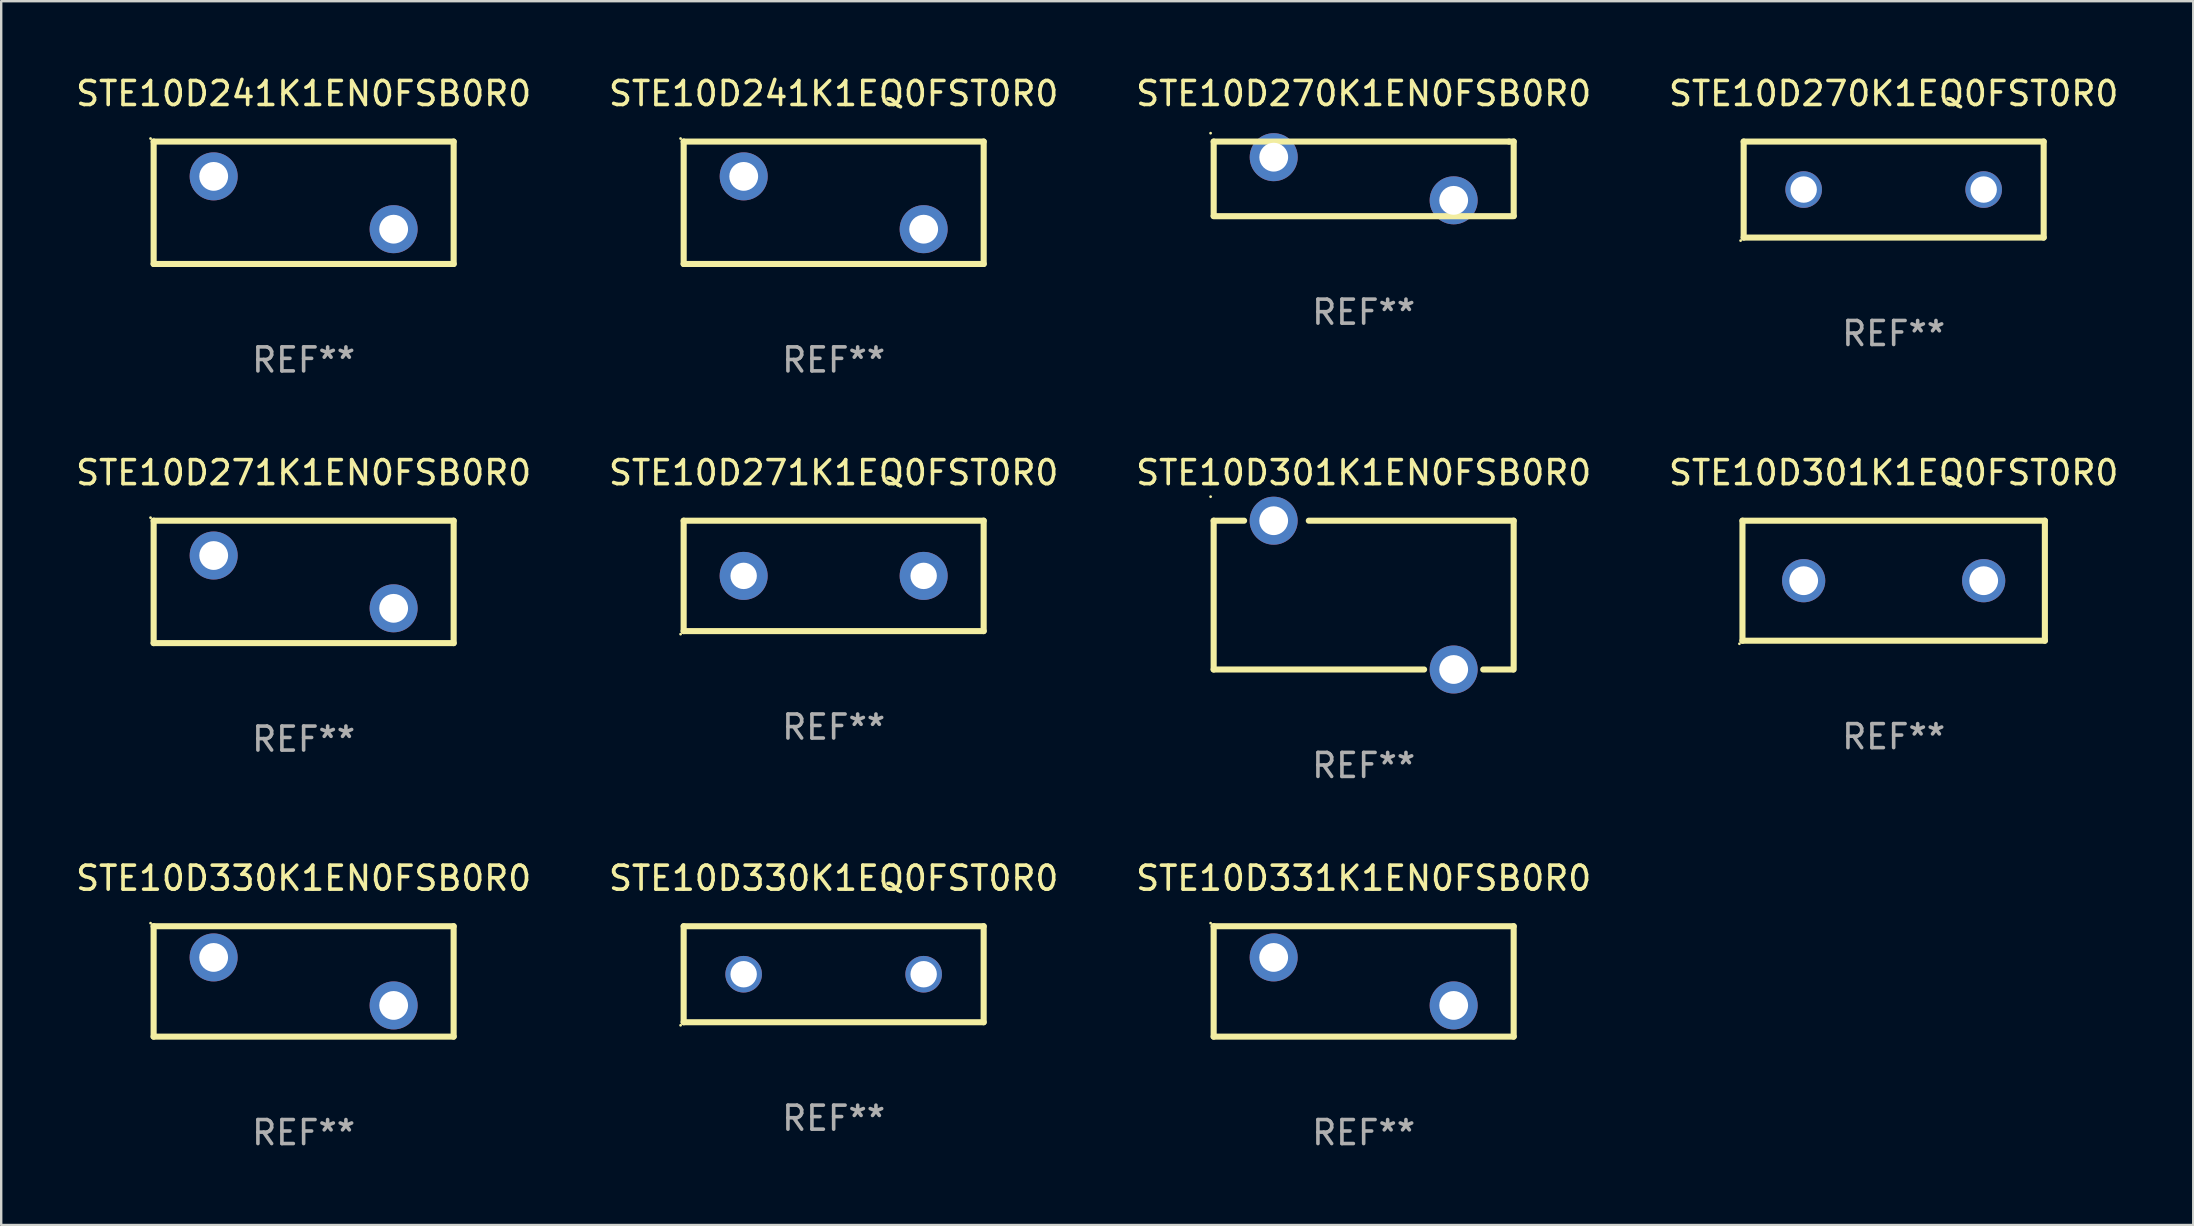
<source format=kicad_pcb>
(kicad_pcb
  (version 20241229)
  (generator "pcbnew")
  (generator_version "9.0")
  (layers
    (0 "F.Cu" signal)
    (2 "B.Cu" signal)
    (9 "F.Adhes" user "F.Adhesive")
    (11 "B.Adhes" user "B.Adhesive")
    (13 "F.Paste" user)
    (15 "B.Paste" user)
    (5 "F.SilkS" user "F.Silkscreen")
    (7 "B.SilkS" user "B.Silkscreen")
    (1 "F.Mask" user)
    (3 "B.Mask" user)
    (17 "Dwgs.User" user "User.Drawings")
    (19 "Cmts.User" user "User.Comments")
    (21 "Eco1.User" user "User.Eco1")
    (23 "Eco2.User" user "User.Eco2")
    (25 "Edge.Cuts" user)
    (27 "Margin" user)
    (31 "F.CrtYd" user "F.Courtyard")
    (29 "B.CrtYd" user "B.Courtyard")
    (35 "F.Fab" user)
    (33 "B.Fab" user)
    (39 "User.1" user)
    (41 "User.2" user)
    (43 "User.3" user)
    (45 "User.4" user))
  (footprint "STE10D331K1EN0FSB0R0"
    (layer "F.Cu")
    (at 53.768 37.842)
    (property "Reference" "STE10D331K1EN0FSB0R0" (at 0 -4.3 0) (layer "F.SilkS") (effects (font (size 1 1) (thickness 0.15))))
    (attr through_hole)
    (fp_line (start -6.25 -2.3) (end -6.25 2.3) (stroke (width 0.254) (type solid)) (layer "F.SilkS"))
    (fp_line (start -6.25 -2.3) (end 6.25 -2.3) (stroke (width 0.254) (type solid)) (layer "F.SilkS"))
    (fp_line (start -6.25 2.3) (end 6.25 2.3) (stroke (width 0.254) (type solid)) (layer "F.SilkS"))
    (fp_line (start 6.25 -2.3) (end 6.25 2.3) (stroke (width 0.254) (type solid)) (layer "F.SilkS"))
    (fp_circle (center -6.377 -2.427) (end -6.347 -2.427) (stroke (width 0.06) (type solid)) (fill no) (layer "F.SilkS"))
    (fp_text user "REF**" (at 0 6.3 0) (layer "F.Fab") (effects (font (size 1 1) (thickness 0.15))))
    (pad "1" thru_hole circle (at -3.75 -1) (size 2 2) (drill 1.2) (layers "*.Cu" "*.Mask"))
    (pad "2" thru_hole circle (at 3.75 1) (size 2 2) (drill 1.2) (layers "*.Cu" "*.Mask")))
  (footprint "STE10D241K1EQ0FST0R0"
    (layer "F.Cu")
    (at 31.685 5.399)
    (property "Reference" "STE10D241K1EQ0FST0R0" (at 0 -4.55 0) (layer "F.SilkS") (effects (font (size 1 1) (thickness 0.15))))
    (attr through_hole)
    (fp_line (start -6.249 -2.55) (end 6.251 -2.55) (stroke (width 0.254) (type solid)) (layer "F.SilkS"))
    (fp_line (start -6.249 2.55) (end -6.249 -2.55) (stroke (width 0.254) (type solid)) (layer "F.SilkS"))
    (fp_line (start 6.251 -2.55) (end 6.251 2.55) (stroke (width 0.254) (type solid)) (layer "F.SilkS"))
    (fp_line (start 6.251 2.55) (end -6.251 2.55) (stroke (width 0.254) (type solid)) (layer "F.SilkS"))
    (fp_circle (center -6.378 -2.677) (end -6.348 -2.677) (stroke (width 0.06) (type solid)) (fill no) (layer "F.SilkS"))
    (fp_text user "REF**" (at 0 6.55 0) (layer "F.Fab") (effects (font (size 1 1) (thickness 0.15))))
    (pad "1" thru_hole circle (at -3.748 -1.1) (size 2 2) (drill 1.2) (layers "*.Cu" "*.Mask"))
    (pad "2" thru_hole circle (at 3.75 1.1) (size 2 2) (drill 1.2) (layers "*.Cu" "*.Mask")))
  (footprint "STE10D330K1EQ0FST0R0"
    (layer "F.Cu")
    (at 31.685 37.542)
    (property "Reference" "STE10D330K1EQ0FST0R0" (at 0 -4 0) (layer "F.SilkS") (effects (font (size 1 1) (thickness 0.15))))
    (attr through_hole)
    (fp_line (start -6.25 -2) (end 6.25 -2) (stroke (width 0.254) (type solid)) (layer "F.SilkS"))
    (fp_line (start -6.25 2) (end -6.25 -2) (stroke (width 0.254) (type solid)) (layer "F.SilkS"))
    (fp_line (start 6.25 -2) (end 6.25 2) (stroke (width 0.254) (type solid)) (layer "F.SilkS"))
    (fp_line (start 6.25 2) (end -6.25 2) (stroke (width 0.254) (type solid)) (layer "F.SilkS"))
    (fp_circle (center -6.377 2.127) (end -6.347 2.127) (stroke (width 0.06) (type solid)) (fill no) (layer "F.SilkS"))
    (fp_text user "REF**" (at 0 6 0) (layer "F.Fab") (effects (font (size 1 1) (thickness 0.15))))
    (pad "1" thru_hole circle (at -3.75 0) (size 1.524 1.524) (drill 1.1) (layers "*.Cu" "*.Mask"))
    (pad "2" thru_hole circle (at 3.75 0) (size 1.524 1.524) (drill 1.1) (layers "*.Cu" "*.Mask")))
  (footprint "STE10D301K1EN0FSB0R0"
    (layer "F.Cu")
    (at 53.768 21.745)
    (property "Reference" "STE10D301K1EN0FSB0R0" (at 0 -5.1 0) (layer "F.SilkS") (effects (font (size 1 1) (thickness 0.15))))
    (attr through_hole)
    (fp_line (start -6.25 -3.1) (end -6.25 3.1) (stroke (width 0.254) (type solid)) (layer "F.SilkS"))
    (fp_line (start -6.25 -3.1) (end -4.981 -3.1) (stroke (width 0.254) (type solid)) (layer "F.SilkS"))
    (fp_line (start -6.25 3.1) (end 2.519 3.1) (stroke (width 0.254) (type solid)) (layer "F.SilkS"))
    (fp_line (start 4.981 3.1) (end 6.223 3.1) (stroke (width 0.254) (type solid)) (layer "F.SilkS"))
    (fp_line (start 6.25 -3.1) (end -2.286 -3.1) (stroke (width 0.254) (type solid)) (layer "F.SilkS"))
    (fp_line (start 6.25 -3.1) (end 6.25 3.1) (stroke (width 0.254) (type solid)) (layer "F.SilkS"))
    (fp_circle (center -6.377 -4.1) (end -6.347 -4.1) (stroke (width 0.06) (type solid)) (fill no) (layer "F.SilkS"))
    (fp_text user "REF**" (at 0 7.1 0) (layer "F.Fab") (effects (font (size 1 1) (thickness 0.15))))
    (pad "1" thru_hole circle (at -3.75 -3.1) (size 2 2) (drill 1.2) (layers "*.Cu" "*.Mask"))
    (pad "2" thru_hole circle (at 3.75 3.1) (size 2 2) (drill 1.2) (layers "*.Cu" "*.Mask")))
  (footprint "STE10D270K1EQ0FST0R0"
    (layer "F.Cu")
    (at 75.851 4.848)
    (property "Reference" "STE10D270K1EQ0FST0R0" (at 0 -4 0) (layer "F.SilkS") (effects (font (size 1 1) (thickness 0.15))))
    (attr through_hole)
    (fp_line (start -6.25 -2) (end 6.25 -2) (stroke (width 0.254) (type solid)) (layer "F.SilkS"))
    (fp_line (start -6.25 2) (end -6.25 -2) (stroke (width 0.254) (type solid)) (layer "F.SilkS"))
    (fp_line (start 6.25 -2) (end 6.25 2) (stroke (width 0.254) (type solid)) (layer "F.SilkS"))
    (fp_line (start 6.25 2) (end -6.25 2) (stroke (width 0.254) (type solid)) (layer "F.SilkS"))
    (fp_circle (center -6.377 2.127) (end -6.347 2.127) (stroke (width 0.06) (type solid)) (fill no) (layer "F.SilkS"))
    (fp_text user "REF**" (at 0 6 0) (layer "F.Fab") (effects (font (size 1 1) (thickness 0.15))))
    (pad "1" thru_hole circle (at -3.75 0) (size 1.524 1.524) (drill 1.1) (layers "*.Cu" "*.Mask"))
    (pad "2" thru_hole circle (at 3.75 0) (size 1.524 1.524) (drill 1.1) (layers "*.Cu" "*.Mask")))
  (footprint "STE10D271K1EN0FSB0R0"
    (layer "F.Cu")
    (at 9.601 21.196)
    (property "Reference" "STE10D271K1EN0FSB0R0" (at 0 -4.55 0) (layer "F.SilkS") (effects (font (size 1 1) (thickness 0.15))))
    (attr through_hole)
    (fp_line (start -6.249 -2.55) (end 6.251 -2.55) (stroke (width 0.254) (type solid)) (layer "F.SilkS"))
    (fp_line (start -6.249 2.55) (end -6.249 -2.55) (stroke (width 0.254) (type solid)) (layer "F.SilkS"))
    (fp_line (start 6.251 -2.55) (end 6.251 2.55) (stroke (width 0.254) (type solid)) (layer "F.SilkS"))
    (fp_line (start 6.251 2.55) (end -6.251 2.55) (stroke (width 0.254) (type solid)) (layer "F.SilkS"))
    (fp_circle (center -6.378 -2.677) (end -6.348 -2.677) (stroke (width 0.06) (type solid)) (fill no) (layer "F.SilkS"))
    (fp_text user "REF**" (at 0 6.55 0) (layer "F.Fab") (effects (font (size 1 1) (thickness 0.15))))
    (pad "1" thru_hole circle (at -3.748 -1.1) (size 2 2) (drill 1.2) (layers "*.Cu" "*.Mask"))
    (pad "2" thru_hole circle (at 3.75 1.1) (size 2 2) (drill 1.2) (layers "*.Cu" "*.Mask")))
  (footprint "STE10D241K1EN0FSB0R0"
    (layer "F.Cu")
    (at 9.601 5.399)
    (property "Reference" "STE10D241K1EN0FSB0R0" (at 0 -4.55 0) (layer "F.SilkS") (effects (font (size 1 1) (thickness 0.15))))
    (attr through_hole)
    (fp_line (start -6.249 -2.55) (end 6.251 -2.55) (stroke (width 0.254) (type solid)) (layer "F.SilkS"))
    (fp_line (start -6.249 2.55) (end -6.249 -2.55) (stroke (width 0.254) (type solid)) (layer "F.SilkS"))
    (fp_line (start 6.251 -2.55) (end 6.251 2.55) (stroke (width 0.254) (type solid)) (layer "F.SilkS"))
    (fp_line (start 6.251 2.55) (end -6.251 2.55) (stroke (width 0.254) (type solid)) (layer "F.SilkS"))
    (fp_circle (center -6.378 -2.677) (end -6.348 -2.677) (stroke (width 0.06) (type solid)) (fill no) (layer "F.SilkS"))
    (fp_text user "REF**" (at 0 6.55 0) (layer "F.Fab") (effects (font (size 1 1) (thickness 0.15))))
    (pad "1" thru_hole circle (at -3.748 -1.1) (size 2 2) (drill 1.2) (layers "*.Cu" "*.Mask"))
    (pad "2" thru_hole circle (at 3.75 1.1) (size 2 2) (drill 1.2) (layers "*.Cu" "*.Mask")))
  (footprint "STE10D271K1EQ0FST0R0"
    (layer "F.Cu")
    (at 31.685 20.945)
    (property "Reference" "STE10D271K1EQ0FST0R0" (at 0 -4.3 0) (layer "F.SilkS") (effects (font (size 1 1) (thickness 0.15))))
    (attr through_hole)
    (fp_line (start -6.25 -2.3) (end -6.25 2.3) (stroke (width 0.254) (type solid)) (layer "F.SilkS"))
    (fp_line (start -6.25 -2.3) (end 6.25 -2.3) (stroke (width 0.254) (type solid)) (layer "F.SilkS"))
    (fp_line (start -6.25 2.3) (end 6.25 2.3) (stroke (width 0.254) (type solid)) (layer "F.SilkS"))
    (fp_line (start 6.25 -2.3) (end 6.25 2.3) (stroke (width 0.254) (type solid)) (layer "F.SilkS"))
    (fp_circle (center -6.377 2.427) (end -6.347 2.427) (stroke (width 0.06) (type solid)) (fill no) (layer "F.SilkS"))
    (fp_text user "REF**" (at 0 6.3 0) (layer "F.Fab") (effects (font (size 1 1) (thickness 0.15))))
    (pad "1" thru_hole circle (at -3.75 0.000013) (size 2 2) (drill 1.1) (layers "*.Cu" "*.Mask"))
    (pad "2" thru_hole circle (at 3.75 0.000013) (size 2 2) (drill 1.1) (layers "*.Cu" "*.Mask")))
  (footprint "STE10D270K1EN0FSB0R0"
    (layer "F.Cu")
    (at 53.768 4.403)
    (property "Reference" "STE10D270K1EN0FSB0R0" (at 0 -3.555 0) (layer "F.SilkS") (effects (font (size 1 1) (thickness 0.15))))
    (attr through_hole)
    (fp_line (start -6.249 -1.555) (end 6.056 -1.554) (stroke (width 0.254) (type solid)) (layer "F.SilkS"))
    (fp_line (start -6.249 1.545) (end -6.249 -1.554) (stroke (width 0.254) (type solid)) (layer "F.SilkS"))
    (fp_line (start 6.056 -1.554) (end 6.251 -1.555) (stroke (width 0.254) (type solid)) (layer "F.SilkS"))
    (fp_line (start 6.251 -1.555) (end 6.251 1.545) (stroke (width 0.254) (type solid)) (layer "F.SilkS"))
    (fp_line (start 6.251 1.555) (end -6.251 1.555) (stroke (width 0.254) (type solid)) (layer "F.SilkS"))
    (fp_circle (center -6.378 -1.904) (end -6.348 -1.904) (stroke (width 0.06) (type solid)) (fill no) (layer "F.SilkS"))
    (fp_text user "REF**" (at 0 5.555 0) (layer "F.Fab") (effects (font (size 1 1) (thickness 0.15))))
    (pad "1" thru_hole circle (at -3.748 -0.904) (size 2 2) (drill 1.2) (layers "*.Cu" "*.Mask"))
    (pad "2" thru_hole circle (at 3.75 0.894) (size 2 2) (drill 1.2) (layers "*.Cu" "*.Mask")))
  (footprint "STE10D330K1EN0FSB0R0"
    (layer "F.Cu")
    (at 9.601 37.842)
    (property "Reference" "STE10D330K1EN0FSB0R0" (at 0 -4.3 0) (layer "F.SilkS") (effects (font (size 1 1) (thickness 0.15))))
    (attr through_hole)
    (fp_line (start -6.25 -2.3) (end -6.25 2.3) (stroke (width 0.254) (type solid)) (layer "F.SilkS"))
    (fp_line (start -6.25 -2.3) (end 6.25 -2.3) (stroke (width 0.254) (type solid)) (layer "F.SilkS"))
    (fp_line (start -6.25 2.3) (end 6.25 2.3) (stroke (width 0.254) (type solid)) (layer "F.SilkS"))
    (fp_line (start 6.25 -2.3) (end 6.25 2.3) (stroke (width 0.254) (type solid)) (layer "F.SilkS"))
    (fp_circle (center -6.377 -2.427) (end -6.347 -2.427) (stroke (width 0.06) (type solid)) (fill no) (layer "F.SilkS"))
    (fp_text user "REF**" (at 0 6.3 0) (layer "F.Fab") (effects (font (size 1 1) (thickness 0.15))))
    (pad "1" thru_hole circle (at -3.75 -1) (size 2 2) (drill 1.2) (layers "*.Cu" "*.Mask"))
    (pad "2" thru_hole circle (at 3.75 1) (size 2 2) (drill 1.2) (layers "*.Cu" "*.Mask")))
  (footprint "STE10D301K1EQ0FST0R0"
    (layer "F.Cu")
    (at 75.851 21.145)
    (property "Reference" "STE10D301K1EQ0FST0R0" (at 0 -4.5 0) (layer "F.SilkS") (effects (font (size 1 1) (thickness 0.15))))
    (attr through_hole)
    (fp_line (start -6.3 -2.5) (end 6.3 -2.5) (stroke (width 0.254) (type solid)) (layer "F.SilkS"))
    (fp_line (start -6.3 2.5) (end -6.3 -2.5) (stroke (width 0.254) (type solid)) (layer "F.SilkS"))
    (fp_line (start 6.3 -2.5) (end 6.3 2.5) (stroke (width 0.254) (type solid)) (layer "F.SilkS"))
    (fp_line (start 6.3 2.5) (end -6.3 2.5) (stroke (width 0.254) (type solid)) (layer "F.SilkS"))
    (fp_circle (center -6.427 2.627) (end -6.397 2.627) (stroke (width 0.06) (type solid)) (fill no) (layer "F.SilkS"))
    (fp_text user "REF**" (at 0 6.5 0) (layer "F.Fab") (effects (font (size 1 1) (thickness 0.15))))
    (pad "1" thru_hole circle (at -3.75 0) (size 1.8 1.8) (drill 1.2) (layers "*.Cu" "*.Mask"))
    (pad "2" thru_hole circle (at 3.75 0) (size 1.8 1.8) (drill 1.2) (layers "*.Cu" "*.Mask")))
  (gr_rect
    (start -3 -3)
    (end 88.333 47.99)
    (stroke (width 0.1) (type default))
    (fill no)
    (layer "Edge.Cuts")))
</source>
